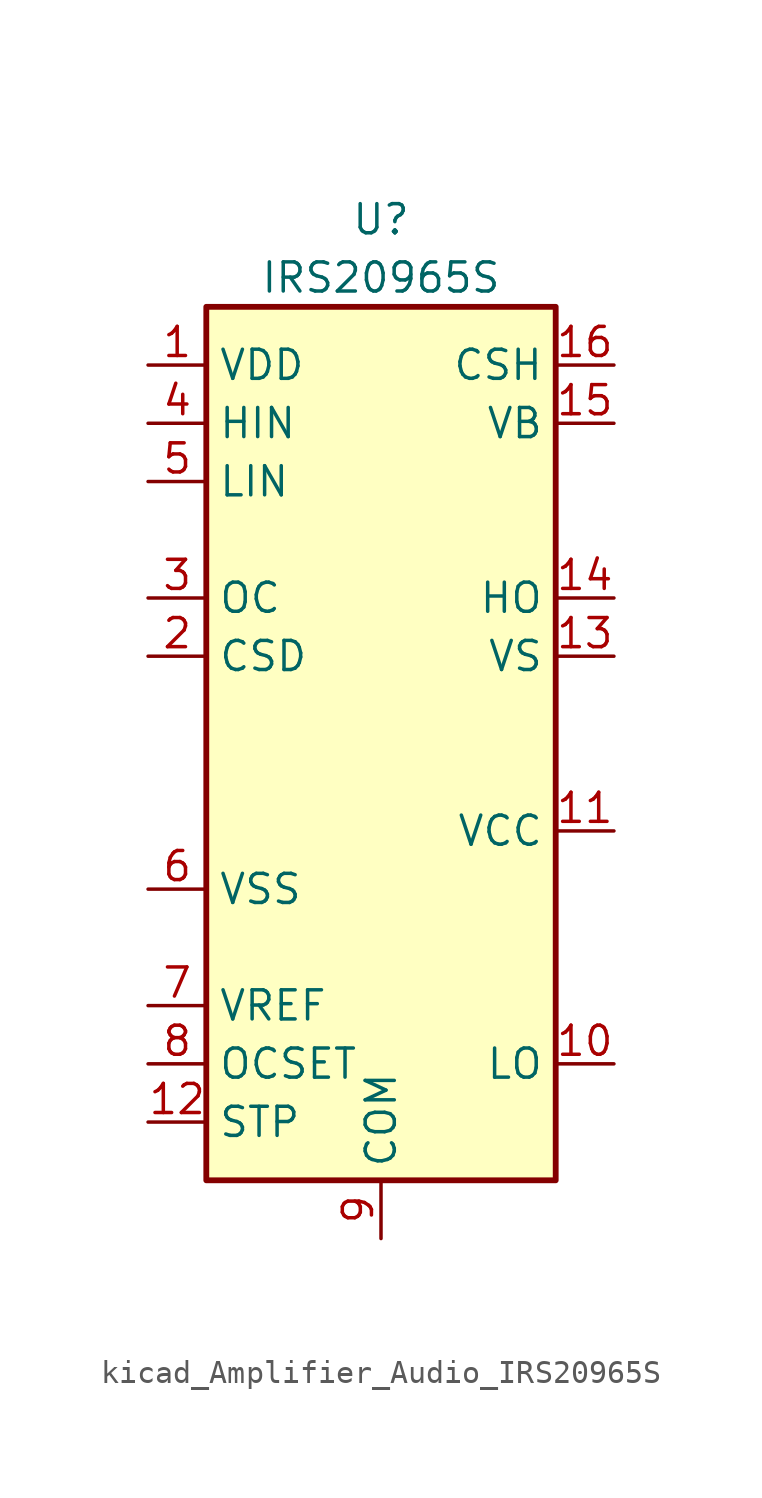
<source format=kicad_sym>
(kicad_symbol_lib
  (version 20220914)
  (generator kicad_symbol_editor)
  (symbol "kicad_Amplifier_Audio_IRS20965S"
    (property "Reference" "U"
      (at 0 24.13 0)
      (effects (font (size 1.27 1.27))))
    (property "Value" "IRS20965S"
      (at 0 21.59 0)
      (effects (font (size 1.27 1.27))))
    (symbol "kicad_Amplifier_Audio_IRS20965S_0_1"
      (rectangle (start -7.62 -17.78) (end 7.62 20.32) (stroke (width 0.254) (type default)) (fill (type background))))
    (symbol "kicad_Amplifier_Audio_IRS20965S_1_1"
      (pin power_in line (at -10.16 17.78 0) (length 2.54) (name "VDD" (effects (font (size 1.27 1.27)))) (number "1" (effects (font (size 1.27 1.27)))))
      (pin output line (at 10.16 -12.7 180) (length 2.54) (name "LO" (effects (font (size 1.27 1.27)))) (number "10" (effects (font (size 1.27 1.27)))))
      (pin power_in line (at 10.16 -2.54 180) (length 2.54) (name "VCC" (effects (font (size 1.27 1.27)))) (number "11" (effects (font (size 1.27 1.27)))))
      (pin input line (at -10.16 -15.24 0) (length 2.54) (name "STP" (effects (font (size 1.27 1.27)))) (number "12" (effects (font (size 1.27 1.27)))))
      (pin passive line (at 10.16 5.08 180) (length 2.54) (name "VS" (effects (font (size 1.27 1.27)))) (number "13" (effects (font (size 1.27 1.27)))))
      (pin output line (at 10.16 7.62 180) (length 2.54) (name "HO" (effects (font (size 1.27 1.27)))) (number "14" (effects (font (size 1.27 1.27)))))
      (pin power_in line (at 10.16 15.24 180) (length 2.54) (name "VB" (effects (font (size 1.27 1.27)))) (number "15" (effects (font (size 1.27 1.27)))))
      (pin passive line (at 10.16 17.78 180) (length 2.54) (name "CSH" (effects (font (size 1.27 1.27)))) (number "16" (effects (font (size 1.27 1.27)))))
      (pin passive line (at -10.16 5.08 0) (length 2.54) (name "CSD" (effects (font (size 1.27 1.27)))) (number "2" (effects (font (size 1.27 1.27)))))
      (pin open_collector line (at -10.16 7.62 0) (length 2.54) (name "OC" (effects (font (size 1.27 1.27)))) (number "3" (effects (font (size 1.27 1.27)))))
      (pin input line (at -10.16 15.24 0) (length 2.54) (name "HIN" (effects (font (size 1.27 1.27)))) (number "4" (effects (font (size 1.27 1.27)))))
      (pin input line (at -10.16 12.7 0) (length 2.54) (name "LIN" (effects (font (size 1.27 1.27)))) (number "5" (effects (font (size 1.27 1.27)))))
      (pin power_in line (at -10.16 -5.08 0) (length 2.54) (name "VSS" (effects (font (size 1.27 1.27)))) (number "6" (effects (font (size 1.27 1.27)))))
      (pin power_out line (at -10.16 -10.16 0) (length 2.54) (name "VREF" (effects (font (size 1.27 1.27)))) (number "7" (effects (font (size 1.27 1.27)))))
      (pin passive line (at -10.16 -12.7 0) (length 2.54) (name "OCSET" (effects (font (size 1.27 1.27)))) (number "8" (effects (font (size 1.27 1.27)))))
      (pin power_in line (at 0 -20.32 90) (length 2.54) (name "COM" (effects (font (size 1.27 1.27)))) (number "9" (effects (font (size 1.27 1.27))))))))
</source>
